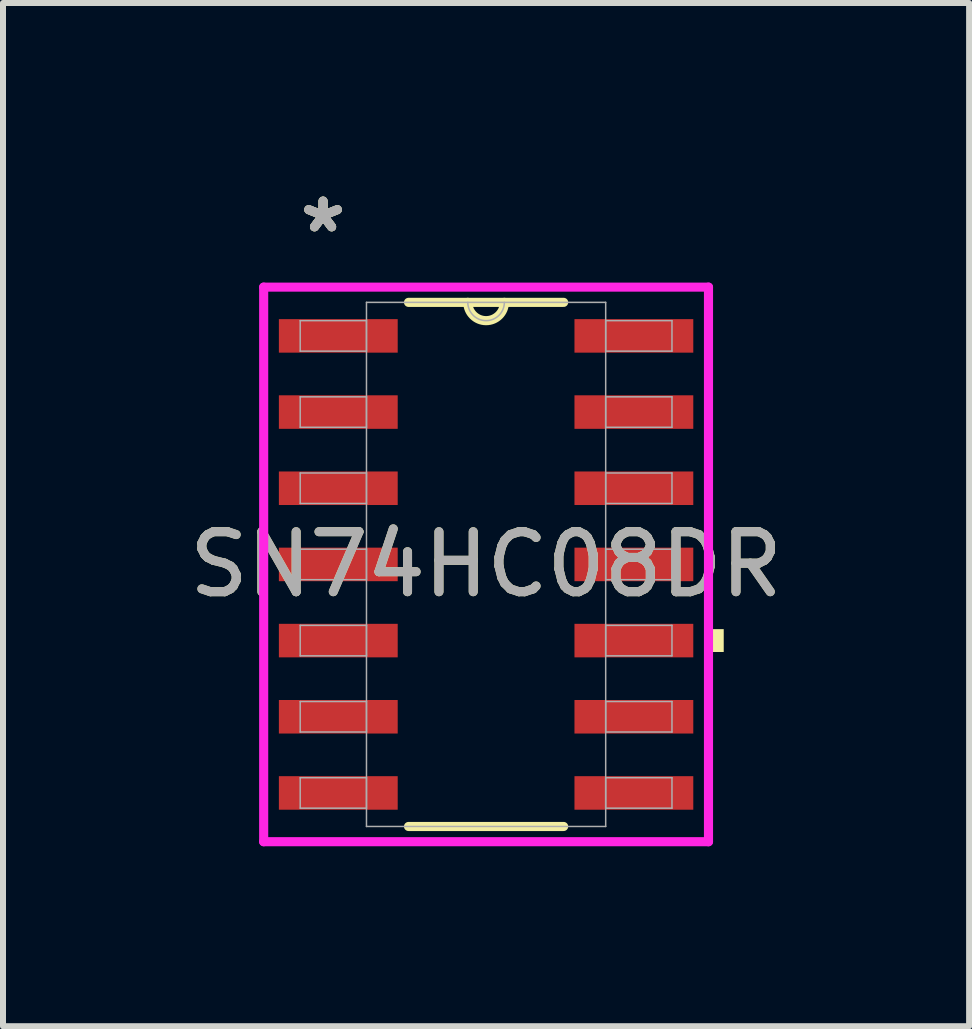
<source format=kicad_pcb>
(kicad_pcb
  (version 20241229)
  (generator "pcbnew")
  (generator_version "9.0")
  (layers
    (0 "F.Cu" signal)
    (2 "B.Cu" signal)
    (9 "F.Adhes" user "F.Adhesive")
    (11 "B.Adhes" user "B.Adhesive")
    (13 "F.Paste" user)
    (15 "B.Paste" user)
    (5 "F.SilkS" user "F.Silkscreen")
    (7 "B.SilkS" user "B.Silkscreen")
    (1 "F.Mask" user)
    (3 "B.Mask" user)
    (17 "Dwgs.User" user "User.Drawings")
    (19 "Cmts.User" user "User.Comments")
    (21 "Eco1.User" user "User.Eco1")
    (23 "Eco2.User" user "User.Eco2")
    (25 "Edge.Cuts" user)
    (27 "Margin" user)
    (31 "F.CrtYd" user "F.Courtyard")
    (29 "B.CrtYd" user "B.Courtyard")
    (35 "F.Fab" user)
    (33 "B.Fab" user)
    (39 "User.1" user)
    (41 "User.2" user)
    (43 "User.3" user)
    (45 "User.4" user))
  (footprint "SN74HC08DR"
    (layer "F.Cu")
    (at 5.054 6.36)
    (property "Reference" "SN74HC08DR" (at 0 0 0) (unlocked yes) (layer "F.SilkS") (effects (font (size 1 1) (thickness 0.15))))
    (attr smd)
    (fp_line (start -1.293 4.369) (end 1.293 4.369) (stroke (width 0.152) (type solid)) (layer "F.SilkS"))
    (fp_line (start 1.293 -4.369) (end -1.293 -4.369) (stroke (width 0.152) (type solid)) (layer "F.SilkS"))
    (fp_arc (start 0.3048 -4.3688) (mid 0 -4.064) (end -0.3048 -4.3688) (stroke (width 0.1524) (type solid)) (layer "F.SilkS"))
    (fp_poly (pts (xy 3.962 1.079) (xy 3.962 1.46) (xy 3.708 1.46) (xy 3.708 1.079)) (stroke (width 0) (type solid)) (fill yes) (layer "F.SilkS"))
    (fp_line (start -3.708 -4.623) (end 3.708 -4.623) (stroke (width 0.152) (type solid)) (layer "F.CrtYd"))
    (fp_line (start -3.708 4.623) (end -3.708 -4.623) (stroke (width 0.152) (type solid)) (layer "F.CrtYd"))
    (fp_line (start 3.708 -4.623) (end 3.708 4.623) (stroke (width 0.152) (type solid)) (layer "F.CrtYd"))
    (fp_line (start 3.708 4.623) (end -3.708 4.623) (stroke (width 0.152) (type solid)) (layer "F.CrtYd"))
    (fp_line (start -3.099 -4.064) (end -3.099 -3.556) (stroke (width 0.025) (type solid)) (layer "F.Fab"))
    (fp_line (start -3.099 -3.556) (end -1.994 -3.556) (stroke (width 0.025) (type solid)) (layer "F.Fab"))
    (fp_line (start -3.099 -2.794) (end -3.099 -2.286) (stroke (width 0.025) (type solid)) (layer "F.Fab"))
    (fp_line (start -3.099 -2.286) (end -1.994 -2.286) (stroke (width 0.025) (type solid)) (layer "F.Fab"))
    (fp_line (start -3.099 -1.524) (end -3.099 -1.016) (stroke (width 0.025) (type solid)) (layer "F.Fab"))
    (fp_line (start -3.099 -1.016) (end -1.994 -1.016) (stroke (width 0.025) (type solid)) (layer "F.Fab"))
    (fp_line (start -3.099 -0.254) (end -3.099 0.254) (stroke (width 0.025) (type solid)) (layer "F.Fab"))
    (fp_line (start -3.099 0.254) (end -1.994 0.254) (stroke (width 0.025) (type solid)) (layer "F.Fab"))
    (fp_line (start -3.099 1.016) (end -3.099 1.524) (stroke (width 0.025) (type solid)) (layer "F.Fab"))
    (fp_line (start -3.099 1.524) (end -1.994 1.524) (stroke (width 0.025) (type solid)) (layer "F.Fab"))
    (fp_line (start -3.099 2.286) (end -3.099 2.794) (stroke (width 0.025) (type solid)) (layer "F.Fab"))
    (fp_line (start -3.099 2.794) (end -1.994 2.794) (stroke (width 0.025) (type solid)) (layer "F.Fab"))
    (fp_line (start -3.099 3.556) (end -3.099 4.064) (stroke (width 0.025) (type solid)) (layer "F.Fab"))
    (fp_line (start -3.099 4.064) (end -1.994 4.064) (stroke (width 0.025) (type solid)) (layer "F.Fab"))
    (fp_line (start -1.994 -4.369) (end -1.994 4.369) (stroke (width 0.025) (type solid)) (layer "F.Fab"))
    (fp_line (start -1.994 -4.064) (end -3.099 -4.064) (stroke (width 0.025) (type solid)) (layer "F.Fab"))
    (fp_line (start -1.994 -3.556) (end -1.994 -4.064) (stroke (width 0.025) (type solid)) (layer "F.Fab"))
    (fp_line (start -1.994 -2.794) (end -3.099 -2.794) (stroke (width 0.025) (type solid)) (layer "F.Fab"))
    (fp_line (start -1.994 -2.286) (end -1.994 -2.794) (stroke (width 0.025) (type solid)) (layer "F.Fab"))
    (fp_line (start -1.994 -1.524) (end -3.099 -1.524) (stroke (width 0.025) (type solid)) (layer "F.Fab"))
    (fp_line (start -1.994 -1.016) (end -1.994 -1.524) (stroke (width 0.025) (type solid)) (layer "F.Fab"))
    (fp_line (start -1.994 -0.254) (end -3.099 -0.254) (stroke (width 0.025) (type solid)) (layer "F.Fab"))
    (fp_line (start -1.994 0.254) (end -1.994 -0.254) (stroke (width 0.025) (type solid)) (layer "F.Fab"))
    (fp_line (start -1.994 1.016) (end -3.099 1.016) (stroke (width 0.025) (type solid)) (layer "F.Fab"))
    (fp_line (start -1.994 1.524) (end -1.994 1.016) (stroke (width 0.025) (type solid)) (layer "F.Fab"))
    (fp_line (start -1.994 2.286) (end -3.099 2.286) (stroke (width 0.025) (type solid)) (layer "F.Fab"))
    (fp_line (start -1.994 2.794) (end -1.994 2.286) (stroke (width 0.025) (type solid)) (layer "F.Fab"))
    (fp_line (start -1.994 3.556) (end -3.099 3.556) (stroke (width 0.025) (type solid)) (layer "F.Fab"))
    (fp_line (start -1.994 4.064) (end -1.994 3.556) (stroke (width 0.025) (type solid)) (layer "F.Fab"))
    (fp_line (start -1.994 4.369) (end 1.994 4.369) (stroke (width 0.025) (type solid)) (layer "F.Fab"))
    (fp_line (start 1.994 -4.369) (end -1.994 -4.369) (stroke (width 0.025) (type solid)) (layer "F.Fab"))
    (fp_line (start 1.994 -4.064) (end 1.994 -3.556) (stroke (width 0.025) (type solid)) (layer "F.Fab"))
    (fp_line (start 1.994 -3.556) (end 3.099 -3.556) (stroke (width 0.025) (type solid)) (layer "F.Fab"))
    (fp_line (start 1.994 -2.794) (end 1.994 -2.286) (stroke (width 0.025) (type solid)) (layer "F.Fab"))
    (fp_line (start 1.994 -2.286) (end 3.099 -2.286) (stroke (width 0.025) (type solid)) (layer "F.Fab"))
    (fp_line (start 1.994 -1.524) (end 1.994 -1.016) (stroke (width 0.025) (type solid)) (layer "F.Fab"))
    (fp_line (start 1.994 -1.016) (end 3.099 -1.016) (stroke (width 0.025) (type solid)) (layer "F.Fab"))
    (fp_line (start 1.994 -0.254) (end 1.994 0.254) (stroke (width 0.025) (type solid)) (layer "F.Fab"))
    (fp_line (start 1.994 0.254) (end 3.099 0.254) (stroke (width 0.025) (type solid)) (layer "F.Fab"))
    (fp_line (start 1.994 1.016) (end 1.994 1.524) (stroke (width 0.025) (type solid)) (layer "F.Fab"))
    (fp_line (start 1.994 1.524) (end 3.099 1.524) (stroke (width 0.025) (type solid)) (layer "F.Fab"))
    (fp_line (start 1.994 2.286) (end 1.994 2.794) (stroke (width 0.025) (type solid)) (layer "F.Fab"))
    (fp_line (start 1.994 2.794) (end 3.099 2.794) (stroke (width 0.025) (type solid)) (layer "F.Fab"))
    (fp_line (start 1.994 3.556) (end 1.994 4.064) (stroke (width 0.025) (type solid)) (layer "F.Fab"))
    (fp_line (start 1.994 4.064) (end 3.099 4.064) (stroke (width 0.025) (type solid)) (layer "F.Fab"))
    (fp_line (start 1.994 4.369) (end 1.994 -4.369) (stroke (width 0.025) (type solid)) (layer "F.Fab"))
    (fp_line (start 3.099 -4.064) (end 1.994 -4.064) (stroke (width 0.025) (type solid)) (layer "F.Fab"))
    (fp_line (start 3.099 -3.556) (end 3.099 -4.064) (stroke (width 0.025) (type solid)) (layer "F.Fab"))
    (fp_line (start 3.099 -2.794) (end 1.994 -2.794) (stroke (width 0.025) (type solid)) (layer "F.Fab"))
    (fp_line (start 3.099 -2.286) (end 3.099 -2.794) (stroke (width 0.025) (type solid)) (layer "F.Fab"))
    (fp_line (start 3.099 -1.524) (end 1.994 -1.524) (stroke (width 0.025) (type solid)) (layer "F.Fab"))
    (fp_line (start 3.099 -1.016) (end 3.099 -1.524) (stroke (width 0.025) (type solid)) (layer "F.Fab"))
    (fp_line (start 3.099 -0.254) (end 1.994 -0.254) (stroke (width 0.025) (type solid)) (layer "F.Fab"))
    (fp_line (start 3.099 0.254) (end 3.099 -0.254) (stroke (width 0.025) (type solid)) (layer "F.Fab"))
    (fp_line (start 3.099 1.016) (end 1.994 1.016) (stroke (width 0.025) (type solid)) (layer "F.Fab"))
    (fp_line (start 3.099 1.524) (end 3.099 1.016) (stroke (width 0.025) (type solid)) (layer "F.Fab"))
    (fp_line (start 3.099 2.286) (end 1.994 2.286) (stroke (width 0.025) (type solid)) (layer "F.Fab"))
    (fp_line (start 3.099 2.794) (end 3.099 2.286) (stroke (width 0.025) (type solid)) (layer "F.Fab"))
    (fp_line (start 3.099 3.556) (end 1.994 3.556) (stroke (width 0.025) (type solid)) (layer "F.Fab"))
    (fp_line (start 3.099 4.064) (end 3.099 3.556) (stroke (width 0.025) (type solid)) (layer "F.Fab"))
    (fp_arc (start 0.3048 -4.3688) (mid 0 -4.064) (end -0.3048 -4.3688) (stroke (width 0.0254) (type solid)) (layer "F.Fab"))
    (fp_text user "*" (at -2.718 -5.512 0) (layer "F.SilkS") (effects (font (size 1 1) (thickness 0.15))))
    (fp_text user "*" (at -2.718 -5.512 0) (unlocked yes) (layer "F.SilkS") (effects (font (size 1 1) (thickness 0.15))))
    (fp_text user "*" (at -2.718 -5.512 0) (layer "F.Fab") (effects (font (size 1 1) (thickness 0.15))))
    (fp_text user "*" (at -2.718 -5.512 0) (unlocked yes) (layer "F.Fab") (effects (font (size 1 1) (thickness 0.15))))
    (fp_text user "${REFERENCE}" (at 0 0 0) (unlocked yes) (layer "F.Fab") (effects (font (size 1 1) (thickness 0.15))))
    (pad "1" smd rect (at -2.464 -3.81) (size 1.981 0.559) (layers "F.Cu" "F.Mask" "F.Paste"))
    (pad "2" smd rect (at -2.464 -2.54) (size 1.981 0.559) (layers "F.Cu" "F.Mask" "F.Paste"))
    (pad "3" smd rect (at -2.464 -1.27) (size 1.981 0.559) (layers "F.Cu" "F.Mask" "F.Paste"))
    (pad "4" smd rect (at -2.464 0) (size 1.981 0.559) (layers "F.Cu" "F.Mask" "F.Paste"))
    (pad "5" smd rect (at -2.464 1.27) (size 1.981 0.559) (layers "F.Cu" "F.Mask" "F.Paste"))
    (pad "6" smd rect (at -2.464 2.54) (size 1.981 0.559) (layers "F.Cu" "F.Mask" "F.Paste"))
    (pad "7" smd rect (at -2.464 3.81) (size 1.981 0.559) (layers "F.Cu" "F.Mask" "F.Paste"))
    (pad "8" smd rect (at 2.464 3.81) (size 1.981 0.559) (layers "F.Cu" "F.Mask" "F.Paste"))
    (pad "9" smd rect (at 2.464 2.54) (size 1.981 0.559) (layers "F.Cu" "F.Mask" "F.Paste"))
    (pad "10" smd rect (at 2.464 1.27) (size 1.981 0.559) (layers "F.Cu" "F.Mask" "F.Paste"))
    (pad "11" smd rect (at 2.464 0) (size 1.981 0.559) (layers "F.Cu" "F.Mask" "F.Paste"))
    (pad "12" smd rect (at 2.464 -1.27) (size 1.981 0.559) (layers "F.Cu" "F.Mask" "F.Paste"))
    (pad "13" smd rect (at 2.464 -2.54) (size 1.981 0.559) (layers "F.Cu" "F.Mask" "F.Paste"))
    (pad "14" smd rect (at 2.464 -3.81) (size 1.981 0.559) (layers "F.Cu" "F.Mask" "F.Paste")))
  (gr_rect
    (start -3 -3)
    (end 13.107 14.059)
    (stroke (width 0.1) (type default))
    (fill no)
    (layer "Edge.Cuts")))
</source>
